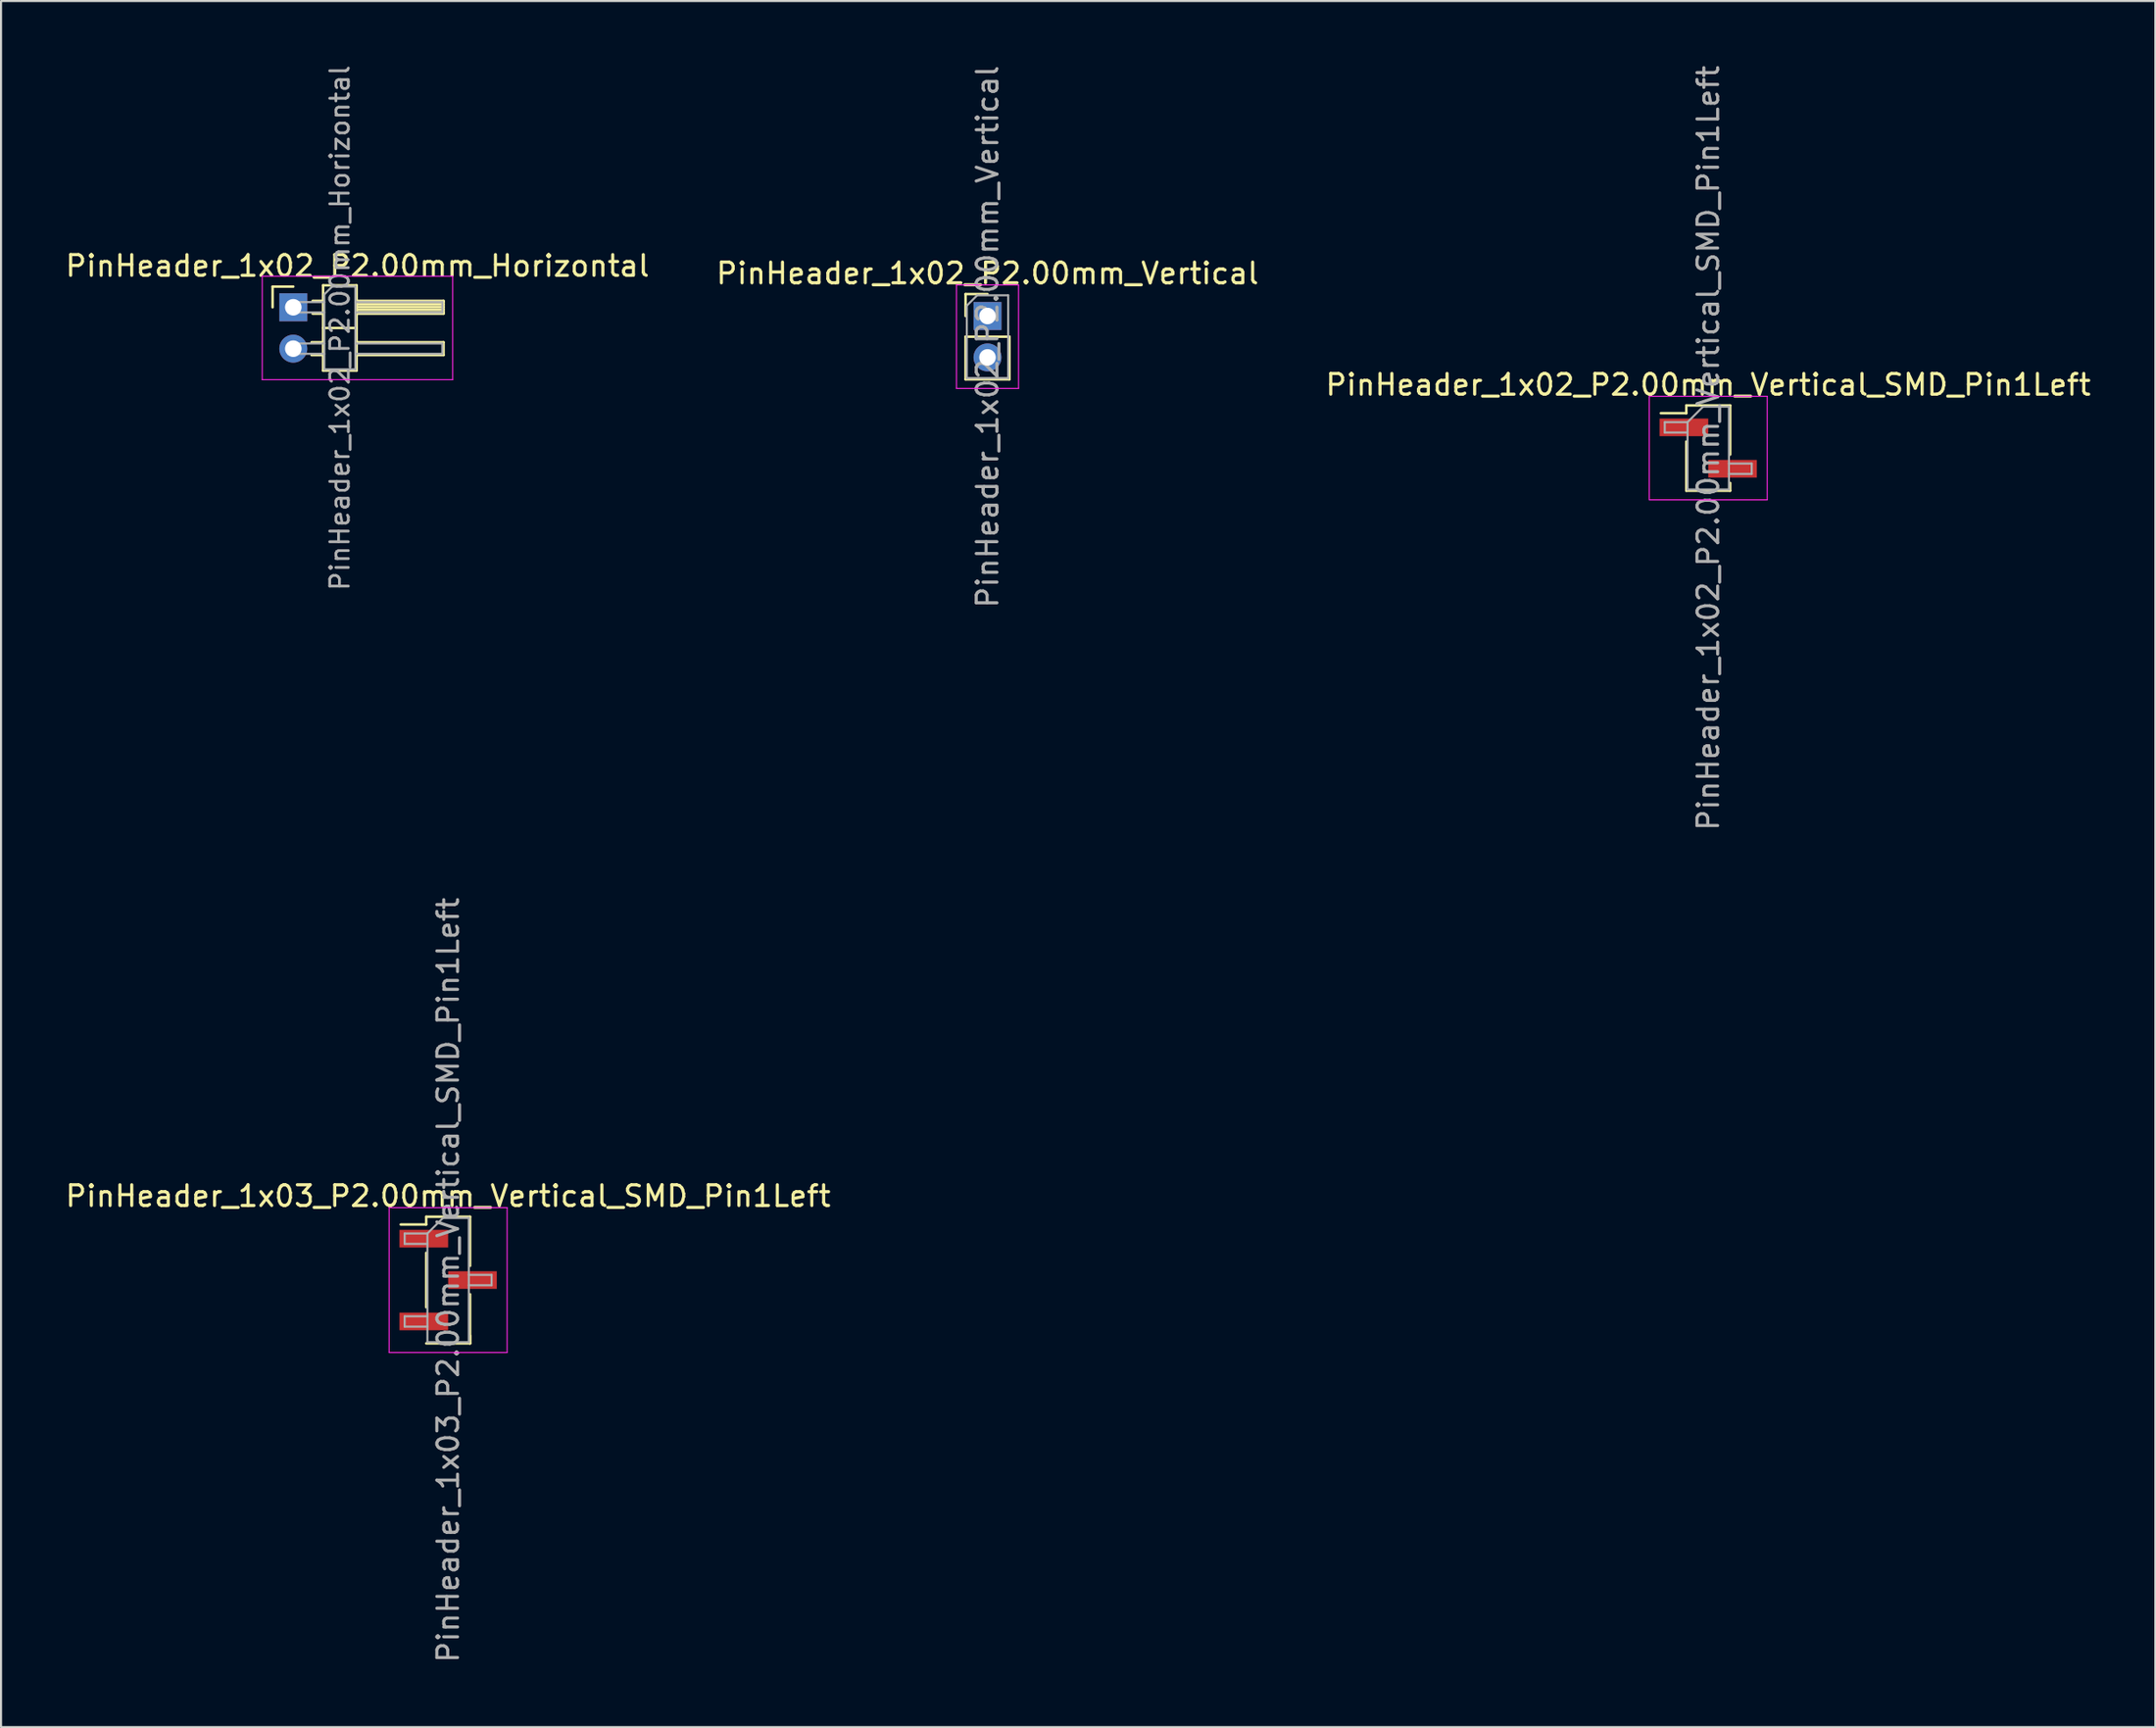
<source format=kicad_pcb>
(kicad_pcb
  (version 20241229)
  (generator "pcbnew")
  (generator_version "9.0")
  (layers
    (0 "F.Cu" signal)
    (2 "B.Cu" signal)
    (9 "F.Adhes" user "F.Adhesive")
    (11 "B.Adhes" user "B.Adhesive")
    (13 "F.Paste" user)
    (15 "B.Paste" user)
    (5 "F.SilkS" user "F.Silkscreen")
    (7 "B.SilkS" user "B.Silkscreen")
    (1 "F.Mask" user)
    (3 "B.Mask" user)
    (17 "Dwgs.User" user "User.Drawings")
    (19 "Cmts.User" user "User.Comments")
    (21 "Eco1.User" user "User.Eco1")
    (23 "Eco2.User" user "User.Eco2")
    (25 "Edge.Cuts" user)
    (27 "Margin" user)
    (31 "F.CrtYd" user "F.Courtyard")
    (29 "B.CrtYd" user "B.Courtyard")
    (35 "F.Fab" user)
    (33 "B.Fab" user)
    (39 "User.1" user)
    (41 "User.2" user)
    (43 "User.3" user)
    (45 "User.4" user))
  (footprint "PinHeader_1x02_P2.00mm_Vertical_SMD_Pin1Left"
    (layer "F.Cu")
    (at 79.482 18.601)
    (property "Reference" "PinHeader_1x02_P2.00mm_Vertical_SMD_Pin1Left" (at 0 -3.06 0) (layer "F.SilkS") (effects (font (size 1 1) (thickness 0.15))))
    (attr smd)
    (fp_line (start -1.06 -2.06) (end -1.06 -1.685) (stroke (width 0.12) (type solid)) (layer "F.SilkS"))
    (fp_line (start -1.06 -2.06) (end 1.06 -2.06) (stroke (width 0.12) (type solid)) (layer "F.SilkS"))
    (fp_line (start -1.06 -1.685) (end -2.29 -1.685) (stroke (width 0.12) (type solid)) (layer "F.SilkS"))
    (fp_line (start -1.06 -0.315) (end -1.06 2.06) (stroke (width 0.12) (type solid)) (layer "F.SilkS"))
    (fp_line (start -1.06 2.06) (end 1.06 2.06) (stroke (width 0.12) (type solid)) (layer "F.SilkS"))
    (fp_line (start 1.06 -2.06) (end 1.06 0.315) (stroke (width 0.12) (type solid)) (layer "F.SilkS"))
    (fp_line (start 1.06 1.685) (end 1.06 2.06) (stroke (width 0.12) (type solid)) (layer "F.SilkS"))
    (fp_line (start -2.85 -2.5) (end -2.85 2.5) (stroke (width 0.05) (type solid)) (layer "F.CrtYd"))
    (fp_line (start -2.85 2.5) (end 2.85 2.5) (stroke (width 0.05) (type solid)) (layer "F.CrtYd"))
    (fp_line (start 2.85 -2.5) (end -2.85 -2.5) (stroke (width 0.05) (type solid)) (layer "F.CrtYd"))
    (fp_line (start 2.85 2.5) (end 2.85 -2.5) (stroke (width 0.05) (type solid)) (layer "F.CrtYd"))
    (fp_line (start -2.1 -1.25) (end -2.1 -0.75) (stroke (width 0.1) (type solid)) (layer "F.Fab"))
    (fp_line (start -2.1 -0.75) (end -1 -0.75) (stroke (width 0.1) (type solid)) (layer "F.Fab"))
    (fp_line (start -1 -1.25) (end -2.1 -1.25) (stroke (width 0.1) (type solid)) (layer "F.Fab"))
    (fp_line (start -1 -1.25) (end -0.25 -2) (stroke (width 0.1) (type solid)) (layer "F.Fab"))
    (fp_line (start -1 2) (end -1 -1.25) (stroke (width 0.1) (type solid)) (layer "F.Fab"))
    (fp_line (start -0.25 -2) (end 1 -2) (stroke (width 0.1) (type solid)) (layer "F.Fab"))
    (fp_line (start 1 -2) (end 1 2) (stroke (width 0.1) (type solid)) (layer "F.Fab"))
    (fp_line (start 1 0.75) (end 2.1 0.75) (stroke (width 0.1) (type solid)) (layer "F.Fab"))
    (fp_line (start 1 2) (end -1 2) (stroke (width 0.1) (type solid)) (layer "F.Fab"))
    (fp_line (start 2.1 0.75) (end 2.1 1.25) (stroke (width 0.1) (type solid)) (layer "F.Fab"))
    (fp_line (start 2.1 1.25) (end 1 1.25) (stroke (width 0.1) (type solid)) (layer "F.Fab"))
    (fp_text user "${REFERENCE}" (at 0 0 90) (layer "F.Fab") (effects (font (size 1 1) (thickness 0.15))))
    (pad "1" smd rect (at -1.175 -1) (size 2.35 0.85) (layers "F.Cu" "F.Mask" "F.Paste"))
    (pad "2" smd rect (at 1.175 1) (size 2.35 0.85) (layers "F.Cu" "F.Mask" "F.Paste")))
  (footprint "PinHeader_1x03_P2.00mm_Vertical_SMD_Pin1Left"
    (layer "F.Cu")
    (at 18.601 58.804)
    (property "Reference" "PinHeader_1x03_P2.00mm_Vertical_SMD_Pin1Left" (at 0 -4.06 0) (layer "F.SilkS") (effects (font (size 1 1) (thickness 0.15))))
    (attr smd)
    (fp_line (start -1.06 -3.06) (end -1.06 -2.685) (stroke (width 0.12) (type solid)) (layer "F.SilkS"))
    (fp_line (start -1.06 -3.06) (end 1.06 -3.06) (stroke (width 0.12) (type solid)) (layer "F.SilkS"))
    (fp_line (start -1.06 -2.685) (end -2.29 -2.685) (stroke (width 0.12) (type solid)) (layer "F.SilkS"))
    (fp_line (start -1.06 -1.315) (end -1.06 1.315) (stroke (width 0.12) (type solid)) (layer "F.SilkS"))
    (fp_line (start -1.06 3.06) (end 1.06 3.06) (stroke (width 0.12) (type solid)) (layer "F.SilkS"))
    (fp_line (start 1.06 -3.06) (end 1.06 -0.685) (stroke (width 0.12) (type solid)) (layer "F.SilkS"))
    (fp_line (start 1.06 0.685) (end 1.06 3.06) (stroke (width 0.12) (type solid)) (layer "F.SilkS"))
    (fp_line (start 1.06 2.685) (end 1.06 3.06) (stroke (width 0.12) (type solid)) (layer "F.SilkS"))
    (fp_line (start -2.85 -3.5) (end -2.85 3.5) (stroke (width 0.05) (type solid)) (layer "F.CrtYd"))
    (fp_line (start -2.85 3.5) (end 2.85 3.5) (stroke (width 0.05) (type solid)) (layer "F.CrtYd"))
    (fp_line (start 2.85 -3.5) (end -2.85 -3.5) (stroke (width 0.05) (type solid)) (layer "F.CrtYd"))
    (fp_line (start 2.85 3.5) (end 2.85 -3.5) (stroke (width 0.05) (type solid)) (layer "F.CrtYd"))
    (fp_line (start -2.1 -2.25) (end -2.1 -1.75) (stroke (width 0.1) (type solid)) (layer "F.Fab"))
    (fp_line (start -2.1 -1.75) (end -1 -1.75) (stroke (width 0.1) (type solid)) (layer "F.Fab"))
    (fp_line (start -2.1 1.75) (end -2.1 2.25) (stroke (width 0.1) (type solid)) (layer "F.Fab"))
    (fp_line (start -2.1 2.25) (end -1 2.25) (stroke (width 0.1) (type solid)) (layer "F.Fab"))
    (fp_line (start -1 -2.25) (end -2.1 -2.25) (stroke (width 0.1) (type solid)) (layer "F.Fab"))
    (fp_line (start -1 -2.25) (end -0.25 -3) (stroke (width 0.1) (type solid)) (layer "F.Fab"))
    (fp_line (start -1 1.75) (end -2.1 1.75) (stroke (width 0.1) (type solid)) (layer "F.Fab"))
    (fp_line (start -1 3) (end -1 -2.25) (stroke (width 0.1) (type solid)) (layer "F.Fab"))
    (fp_line (start -0.25 -3) (end 1 -3) (stroke (width 0.1) (type solid)) (layer "F.Fab"))
    (fp_line (start 1 -3) (end 1 3) (stroke (width 0.1) (type solid)) (layer "F.Fab"))
    (fp_line (start 1 -0.25) (end 2.1 -0.25) (stroke (width 0.1) (type solid)) (layer "F.Fab"))
    (fp_line (start 1 3) (end -1 3) (stroke (width 0.1) (type solid)) (layer "F.Fab"))
    (fp_line (start 2.1 -0.25) (end 2.1 0.25) (stroke (width 0.1) (type solid)) (layer "F.Fab"))
    (fp_line (start 2.1 0.25) (end 1 0.25) (stroke (width 0.1) (type solid)) (layer "F.Fab"))
    (fp_text user "${REFERENCE}" (at 0 0 90) (layer "F.Fab") (effects (font (size 1 1) (thickness 0.15))))
    (pad "1" smd rect (at -1.175 -2) (size 2.35 0.85) (layers "F.Cu" "F.Mask" "F.Paste"))
    (pad "2" smd rect (at 1.175 0) (size 2.35 0.85) (layers "F.Cu" "F.Mask" "F.Paste"))
    (pad "3" smd rect (at -1.175 2) (size 2.35 0.85) (layers "F.Cu" "F.Mask" "F.Paste")))
  (footprint "PinHeader_1x02_P2.00mm_Vertical"
    (layer "F.Cu")
    (at 44.661 12.22)
    (property "Reference" "PinHeader_1x02_P2.00mm_Vertical" (at 0 -2.06 0) (layer "F.SilkS") (effects (font (size 1 1) (thickness 0.15))))
    (attr through_hole)
    (fp_line (start -1.06 -1.06) (end 0 -1.06) (stroke (width 0.12) (type solid)) (layer "F.SilkS"))
    (fp_line (start -1.06 0) (end -1.06 -1.06) (stroke (width 0.12) (type solid)) (layer "F.SilkS"))
    (fp_line (start -1.06 1) (end -1.06 3.06) (stroke (width 0.12) (type solid)) (layer "F.SilkS"))
    (fp_line (start -1.06 1) (end 1.06 1) (stroke (width 0.12) (type solid)) (layer "F.SilkS"))
    (fp_line (start -1.06 3.06) (end 1.06 3.06) (stroke (width 0.12) (type solid)) (layer "F.SilkS"))
    (fp_line (start 1.06 1) (end 1.06 3.06) (stroke (width 0.12) (type solid)) (layer "F.SilkS"))
    (fp_line (start -1.5 -1.5) (end -1.5 3.5) (stroke (width 0.05) (type solid)) (layer "F.CrtYd"))
    (fp_line (start -1.5 3.5) (end 1.5 3.5) (stroke (width 0.05) (type solid)) (layer "F.CrtYd"))
    (fp_line (start 1.5 -1.5) (end -1.5 -1.5) (stroke (width 0.05) (type solid)) (layer "F.CrtYd"))
    (fp_line (start 1.5 3.5) (end 1.5 -1.5) (stroke (width 0.05) (type solid)) (layer "F.CrtYd"))
    (fp_line (start -1 -0.5) (end -0.5 -1) (stroke (width 0.1) (type solid)) (layer "F.Fab"))
    (fp_line (start -1 3) (end -1 -0.5) (stroke (width 0.1) (type solid)) (layer "F.Fab"))
    (fp_line (start -0.5 -1) (end 1 -1) (stroke (width 0.1) (type solid)) (layer "F.Fab"))
    (fp_line (start 1 -1) (end 1 3) (stroke (width 0.1) (type solid)) (layer "F.Fab"))
    (fp_line (start 1 3) (end -1 3) (stroke (width 0.1) (type solid)) (layer "F.Fab"))
    (fp_text user "${REFERENCE}" (at 0 1 90) (layer "F.Fab") (effects (font (size 1 1) (thickness 0.15))))
    (pad "1" thru_hole rect (at 0 0) (size 1.35 1.35) (drill 0.8) (layers "*.Cu" "*.Mask"))
    (pad "2" thru_hole oval (at 0 2) (size 1.35 1.35) (drill 0.8) (layers "*.Cu" "*.Mask")))
  (footprint "PinHeader_1x02_P2.00mm_Horizontal"
    (layer "F.Cu")
    (at 11.12 11.798)
    (property "Reference" "PinHeader_1x02_P2.00mm_Horizontal" (at 3.1 -2 0) (layer "F.SilkS") (effects (font (size 1 1) (thickness 0.15))))
    (attr through_hole)
    (fp_line (start -1 -1) (end 0 -1) (stroke (width 0.12) (type solid)) (layer "F.SilkS"))
    (fp_line (start -1 0) (end -1 -1) (stroke (width 0.12) (type solid)) (layer "F.SilkS"))
    (fp_line (start 0.882 1.69) (end 1.44 1.69) (stroke (width 0.12) (type solid)) (layer "F.SilkS"))
    (fp_line (start 0.882 2.31) (end 1.44 2.31) (stroke (width 0.12) (type solid)) (layer "F.SilkS"))
    (fp_line (start 0.935 -0.31) (end 1.44 -0.31) (stroke (width 0.12) (type solid)) (layer "F.SilkS"))
    (fp_line (start 0.935 0.31) (end 1.44 0.31) (stroke (width 0.12) (type solid)) (layer "F.SilkS"))
    (fp_line (start 1.44 -1.06) (end 1.44 3.06) (stroke (width 0.12) (type solid)) (layer "F.SilkS"))
    (fp_line (start 1.44 1) (end 3.06 1) (stroke (width 0.12) (type solid)) (layer "F.SilkS"))
    (fp_line (start 1.44 3.06) (end 3.06 3.06) (stroke (width 0.12) (type solid)) (layer "F.SilkS"))
    (fp_line (start 3.06 -1.06) (end 1.44 -1.06) (stroke (width 0.12) (type solid)) (layer "F.SilkS"))
    (fp_line (start 3.06 -0.31) (end 7.26 -0.31) (stroke (width 0.12) (type solid)) (layer "F.SilkS"))
    (fp_line (start 3.06 -0.25) (end 7.26 -0.25) (stroke (width 0.12) (type solid)) (layer "F.SilkS"))
    (fp_line (start 3.06 -0.13) (end 7.26 -0.13) (stroke (width 0.12) (type solid)) (layer "F.SilkS"))
    (fp_line (start 3.06 -0.01) (end 7.26 -0.01) (stroke (width 0.12) (type solid)) (layer "F.SilkS"))
    (fp_line (start 3.06 0.11) (end 7.26 0.11) (stroke (width 0.12) (type solid)) (layer "F.SilkS"))
    (fp_line (start 3.06 0.23) (end 7.26 0.23) (stroke (width 0.12) (type solid)) (layer "F.SilkS"))
    (fp_line (start 3.06 1.69) (end 7.26 1.69) (stroke (width 0.12) (type solid)) (layer "F.SilkS"))
    (fp_line (start 3.06 3.06) (end 3.06 -1.06) (stroke (width 0.12) (type solid)) (layer "F.SilkS"))
    (fp_line (start 7.26 -0.31) (end 7.26 0.31) (stroke (width 0.12) (type solid)) (layer "F.SilkS"))
    (fp_line (start 7.26 0.31) (end 3.06 0.31) (stroke (width 0.12) (type solid)) (layer "F.SilkS"))
    (fp_line (start 7.26 1.69) (end 7.26 2.31) (stroke (width 0.12) (type solid)) (layer "F.SilkS"))
    (fp_line (start 7.26 2.31) (end 3.06 2.31) (stroke (width 0.12) (type solid)) (layer "F.SilkS"))
    (fp_line (start -1.5 -1.5) (end -1.5 3.5) (stroke (width 0.05) (type solid)) (layer "F.CrtYd"))
    (fp_line (start -1.5 3.5) (end 7.7 3.5) (stroke (width 0.05) (type solid)) (layer "F.CrtYd"))
    (fp_line (start 7.7 -1.5) (end -1.5 -1.5) (stroke (width 0.05) (type solid)) (layer "F.CrtYd"))
    (fp_line (start 7.7 3.5) (end 7.7 -1.5) (stroke (width 0.05) (type solid)) (layer "F.CrtYd"))
    (fp_line (start -0.25 -0.25) (end -0.25 0.25) (stroke (width 0.1) (type solid)) (layer "F.Fab"))
    (fp_line (start -0.25 -0.25) (end 1.5 -0.25) (stroke (width 0.1) (type solid)) (layer "F.Fab"))
    (fp_line (start -0.25 0.25) (end 1.5 0.25) (stroke (width 0.1) (type solid)) (layer "F.Fab"))
    (fp_line (start -0.25 1.75) (end -0.25 2.25) (stroke (width 0.1) (type solid)) (layer "F.Fab"))
    (fp_line (start -0.25 1.75) (end 1.5 1.75) (stroke (width 0.1) (type solid)) (layer "F.Fab"))
    (fp_line (start -0.25 2.25) (end 1.5 2.25) (stroke (width 0.1) (type solid)) (layer "F.Fab"))
    (fp_line (start 1.5 -0.625) (end 1.875 -1) (stroke (width 0.1) (type solid)) (layer "F.Fab"))
    (fp_line (start 1.5 3) (end 1.5 -0.625) (stroke (width 0.1) (type solid)) (layer "F.Fab"))
    (fp_line (start 1.875 -1) (end 3 -1) (stroke (width 0.1) (type solid)) (layer "F.Fab"))
    (fp_line (start 3 -1) (end 3 3) (stroke (width 0.1) (type solid)) (layer "F.Fab"))
    (fp_line (start 3 -0.25) (end 7.2 -0.25) (stroke (width 0.1) (type solid)) (layer "F.Fab"))
    (fp_line (start 3 0.25) (end 7.2 0.25) (stroke (width 0.1) (type solid)) (layer "F.Fab"))
    (fp_line (start 3 1.75) (end 7.2 1.75) (stroke (width 0.1) (type solid)) (layer "F.Fab"))
    (fp_line (start 3 2.25) (end 7.2 2.25) (stroke (width 0.1) (type solid)) (layer "F.Fab"))
    (fp_line (start 3 3) (end 1.5 3) (stroke (width 0.1) (type solid)) (layer "F.Fab"))
    (fp_line (start 7.2 -0.25) (end 7.2 0.25) (stroke (width 0.1) (type solid)) (layer "F.Fab"))
    (fp_line (start 7.2 1.75) (end 7.2 2.25) (stroke (width 0.1) (type solid)) (layer "F.Fab"))
    (fp_text user "${REFERENCE}" (at 2.25 1 90) (layer "F.Fab") (effects (font (size 0.9 0.9) (thickness 0.135))))
    (pad "1" thru_hole rect (at 0 0) (size 1.35 1.35) (drill 0.8) (layers "*.Cu" "*.Mask"))
    (pad "2" thru_hole oval (at 0 2) (size 1.35 1.35) (drill 0.8) (layers "*.Cu" "*.Mask")))
  (gr_rect
    (start -3 -3)
    (end 101.083 80.405)
    (stroke (width 0.1) (type default))
    (fill no)
    (layer "Edge.Cuts")))
</source>
